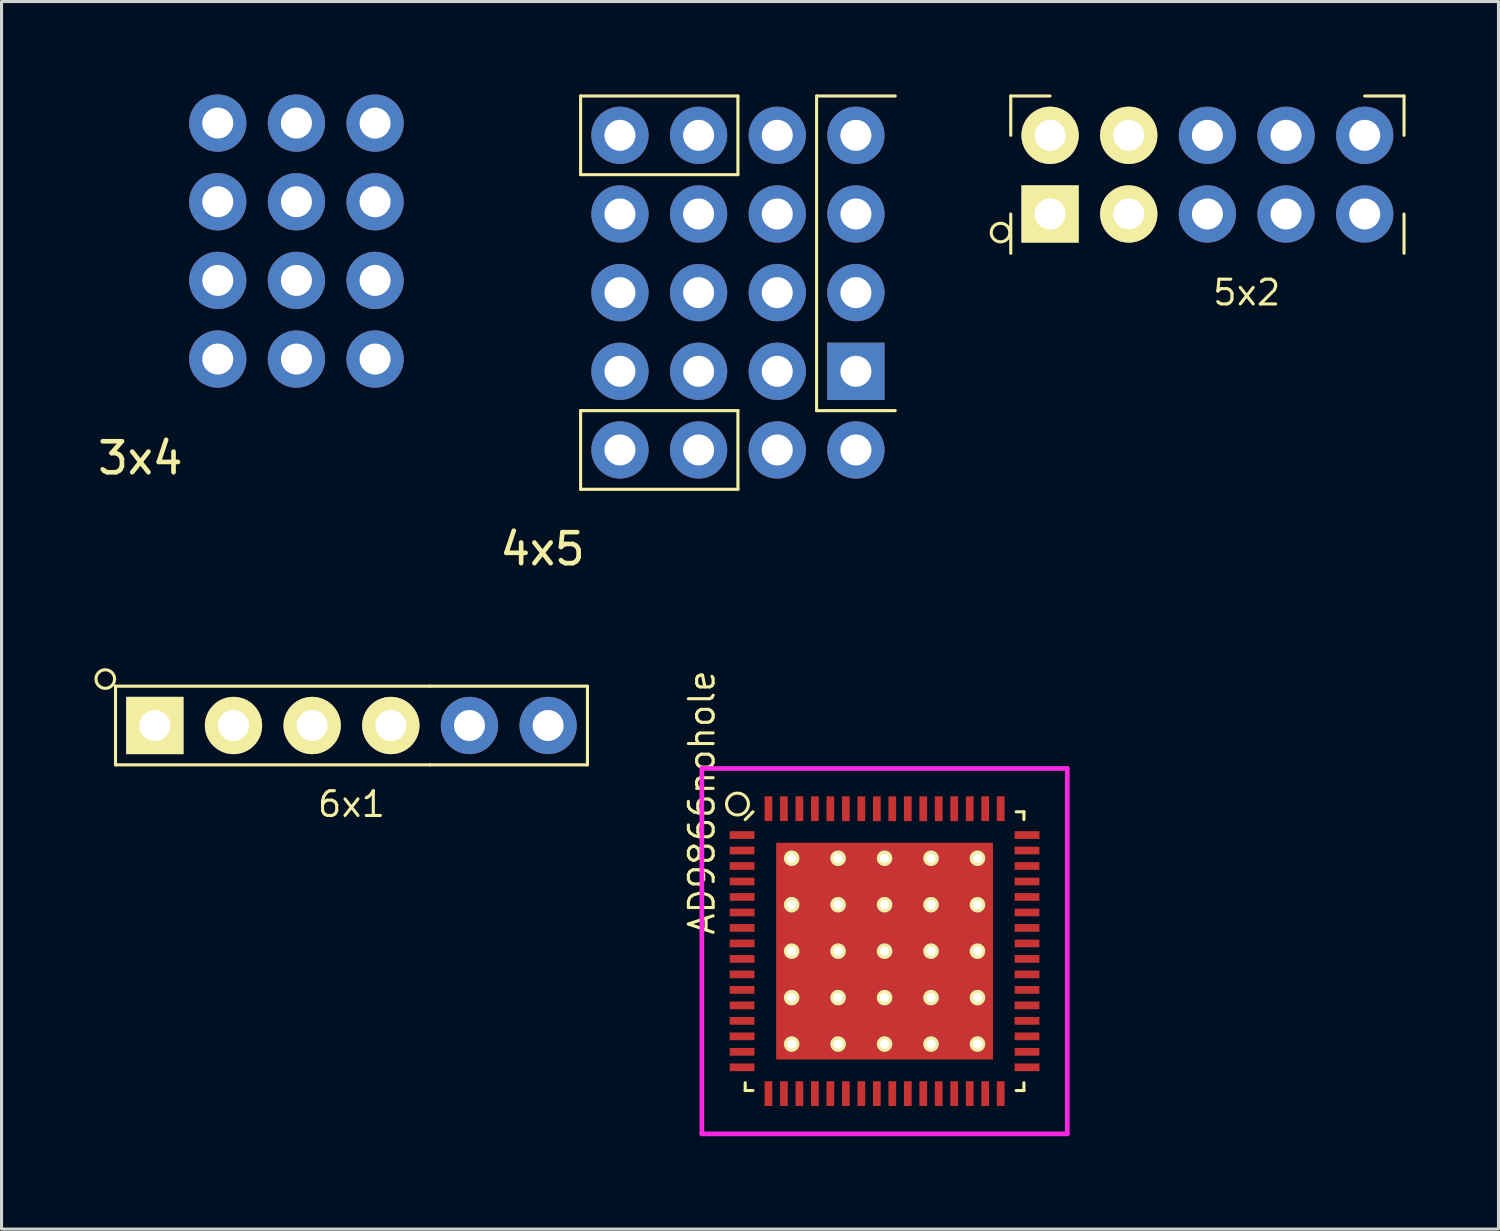
<source format=kicad_pcb>
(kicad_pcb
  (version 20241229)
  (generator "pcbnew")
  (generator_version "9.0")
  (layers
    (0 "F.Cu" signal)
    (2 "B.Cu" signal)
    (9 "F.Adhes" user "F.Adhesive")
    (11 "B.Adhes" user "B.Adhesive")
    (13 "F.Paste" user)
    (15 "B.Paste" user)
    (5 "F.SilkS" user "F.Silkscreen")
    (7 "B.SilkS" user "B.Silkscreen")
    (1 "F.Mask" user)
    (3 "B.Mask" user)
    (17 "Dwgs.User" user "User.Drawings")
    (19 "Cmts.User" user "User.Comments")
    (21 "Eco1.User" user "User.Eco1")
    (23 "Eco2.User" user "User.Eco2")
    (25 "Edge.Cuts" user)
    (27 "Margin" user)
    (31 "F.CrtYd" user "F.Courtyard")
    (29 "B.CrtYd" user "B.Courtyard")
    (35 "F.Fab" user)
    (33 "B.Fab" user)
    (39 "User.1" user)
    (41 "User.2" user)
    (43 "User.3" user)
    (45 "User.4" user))
  (footprint "AD9866nohole"
    (layer "F.Cu")
    (at 25.514 27.665)
    (property "Reference" "AD9866nohole" (at -5.9 -4.8 90) (layer "F.SilkS") (effects (font (size 0.8 0.8) (thickness 0.1))))
    (attr through_hole)
    (fp_line (start -4.5 -4.25) (end -4.25 -4.5) (stroke (width 0.1) (type solid)) (layer "F.SilkS"))
    (fp_line (start -4.5 4.5) (end -4.5 4.25) (stroke (width 0.1) (type solid)) (layer "F.SilkS"))
    (fp_line (start -4.25 4.5) (end -4.5 4.5) (stroke (width 0.1) (type solid)) (layer "F.SilkS"))
    (fp_line (start 4.25 -4.5) (end 4.5 -4.5) (stroke (width 0.1) (type solid)) (layer "F.SilkS"))
    (fp_line (start 4.25 4.5) (end 4.5 4.5) (stroke (width 0.1) (type solid)) (layer "F.SilkS"))
    (fp_line (start 4.5 -4.5) (end 4.5 -4.25) (stroke (width 0.1) (type solid)) (layer "F.SilkS"))
    (fp_line (start 4.5 4.5) (end 4.5 4.25) (stroke (width 0.1) (type solid)) (layer "F.SilkS"))
    (fp_circle (center -4.75 -4.75) (end -4.5 -4.5) (stroke (width 0.1) (type solid)) (fill no) (layer "F.SilkS"))
    (fp_line (start -5.9 -5.9) (end 5.9 -5.9) (stroke (width 0.15) (type solid)) (layer "F.CrtYd"))
    (fp_line (start -5.9 5.9) (end -5.9 -5.9) (stroke (width 0.15) (type solid)) (layer "F.CrtYd"))
    (fp_line (start 5.9 -5.9) (end 5.9 5.9) (stroke (width 0.15) (type solid)) (layer "F.CrtYd"))
    (fp_line (start 5.9 5.9) (end -5.9 5.9) (stroke (width 0.15) (type solid)) (layer "F.CrtYd"))
    (pad "1" smd rect (at -4.6 -3.75 90) (size 0.25 0.8) (layers "F.Cu" "F.Mask" "F.Paste"))
    (pad "2" smd rect (at -4.6 -3.25 90) (size 0.25 0.8) (layers "F.Cu" "F.Mask" "F.Paste"))
    (pad "3" smd rect (at -4.6 -2.75 90) (size 0.25 0.8) (layers "F.Cu" "F.Mask" "F.Paste"))
    (pad "4" smd rect (at -4.6 -2.25 90) (size 0.25 0.8) (layers "F.Cu" "F.Mask" "F.Paste"))
    (pad "5" smd rect (at -4.6 -1.75 90) (size 0.25 0.8) (layers "F.Cu" "F.Mask" "F.Paste"))
    (pad "6" smd rect (at -4.6 -1.25 90) (size 0.25 0.8) (layers "F.Cu" "F.Mask" "F.Paste"))
    (pad "7" smd rect (at -4.6 -0.75 90) (size 0.25 0.8) (layers "F.Cu" "F.Mask" "F.Paste"))
    (pad "8" smd rect (at -4.6 -0.25 90) (size 0.25 0.8) (layers "F.Cu" "F.Mask" "F.Paste"))
    (pad "9" smd rect (at -4.6 0.25 90) (size 0.25 0.8) (layers "F.Cu" "F.Mask" "F.Paste"))
    (pad "10" smd rect (at -4.6 0.75 90) (size 0.25 0.8) (layers "F.Cu" "F.Mask" "F.Paste"))
    (pad "11" smd rect (at -4.6 1.25 90) (size 0.25 0.8) (layers "F.Cu" "F.Mask" "F.Paste"))
    (pad "12" smd rect (at -4.6 1.75 90) (size 0.25 0.8) (layers "F.Cu" "F.Mask" "F.Paste"))
    (pad "13" smd rect (at -4.6 2.25 90) (size 0.25 0.8) (layers "F.Cu" "F.Mask" "F.Paste"))
    (pad "14" smd rect (at -4.6 2.75 90) (size 0.25 0.8) (layers "F.Cu" "F.Mask" "F.Paste"))
    (pad "15" smd rect (at -4.6 3.25 90) (size 0.25 0.8) (layers "F.Cu" "F.Mask" "F.Paste"))
    (pad "16" smd rect (at -4.6 3.75 90) (size 0.25 0.8) (layers "F.Cu" "F.Mask" "F.Paste"))
    (pad "17" smd rect (at -3.75 4.6) (size 0.25 0.8) (layers "F.Cu" "F.Mask" "F.Paste"))
    (pad "18" smd rect (at -3.25 4.6) (size 0.25 0.8) (layers "F.Cu" "F.Mask" "F.Paste"))
    (pad "19" smd rect (at -2.75 4.6) (size 0.25 0.8) (layers "F.Cu" "F.Mask" "F.Paste"))
    (pad "20" smd rect (at -2.25 4.6) (size 0.25 0.8) (layers "F.Cu" "F.Mask" "F.Paste"))
    (pad "21" smd rect (at -1.75 4.6) (size 0.25 0.8) (layers "F.Cu" "F.Mask" "F.Paste"))
    (pad "22" smd rect (at -1.25 4.6) (size 0.25 0.8) (layers "F.Cu" "F.Mask" "F.Paste"))
    (pad "23" smd rect (at -0.75 4.6) (size 0.25 0.8) (layers "F.Cu" "F.Mask" "F.Paste"))
    (pad "24" smd rect (at -0.25 4.6) (size 0.25 0.8) (layers "F.Cu" "F.Mask" "F.Paste"))
    (pad "25" smd rect (at 0.25 4.6) (size 0.25 0.8) (layers "F.Cu" "F.Mask" "F.Paste"))
    (pad "26" smd rect (at 0.75 4.6) (size 0.25 0.8) (layers "F.Cu" "F.Mask" "F.Paste"))
    (pad "27" smd rect (at 1.25 4.6) (size 0.25 0.8) (layers "F.Cu" "F.Mask" "F.Paste"))
    (pad "28" smd rect (at 1.75 4.6) (size 0.25 0.8) (layers "F.Cu" "F.Mask" "F.Paste"))
    (pad "29" smd rect (at 2.25 4.6) (size 0.25 0.8) (layers "F.Cu" "F.Mask" "F.Paste"))
    (pad "30" smd rect (at 2.75 4.6) (size 0.25 0.8) (layers "F.Cu" "F.Mask" "F.Paste"))
    (pad "31" smd rect (at 3.25 4.6) (size 0.25 0.8) (layers "F.Cu" "F.Mask" "F.Paste"))
    (pad "32" smd rect (at 3.75 4.6) (size 0.25 0.8) (layers "F.Cu" "F.Mask" "F.Paste"))
    (pad "33" smd rect (at 4.6 3.75 90) (size 0.25 0.8) (layers "F.Cu" "F.Mask" "F.Paste"))
    (pad "34" smd rect (at 4.6 3.25 90) (size 0.25 0.8) (layers "F.Cu" "F.Mask" "F.Paste"))
    (pad "35" smd rect (at 4.6 2.75 90) (size 0.25 0.8) (layers "F.Cu" "F.Mask" "F.Paste"))
    (pad "36" smd rect (at 4.6 2.25 90) (size 0.25 0.8) (layers "F.Cu" "F.Mask" "F.Paste"))
    (pad "37" smd rect (at 4.6 1.75 90) (size 0.25 0.8) (layers "F.Cu" "F.Mask" "F.Paste"))
    (pad "38" smd rect (at 4.6 1.25 90) (size 0.25 0.8) (layers "F.Cu" "F.Mask" "F.Paste"))
    (pad "39" smd rect (at 4.6 0.75 90) (size 0.25 0.8) (layers "F.Cu" "F.Mask" "F.Paste"))
    (pad "40" smd rect (at 4.6 0.25 90) (size 0.25 0.8) (layers "F.Cu" "F.Mask" "F.Paste"))
    (pad "41" smd rect (at 4.6 -0.25 90) (size 0.25 0.8) (layers "F.Cu" "F.Mask" "F.Paste"))
    (pad "42" smd rect (at 4.6 -0.75 90) (size 0.25 0.8) (layers "F.Cu" "F.Mask" "F.Paste"))
    (pad "43" smd rect (at 4.6 -1.25 90) (size 0.25 0.8) (layers "F.Cu" "F.Mask" "F.Paste"))
    (pad "44" smd rect (at 4.6 -1.75 90) (size 0.25 0.8) (layers "F.Cu" "F.Mask" "F.Paste"))
    (pad "45" smd rect (at 4.6 -2.25 90) (size 0.25 0.8) (layers "F.Cu" "F.Mask" "F.Paste"))
    (pad "46" smd rect (at 4.6 -2.75 90) (size 0.25 0.8) (layers "F.Cu" "F.Mask" "F.Paste"))
    (pad "47" smd rect (at 4.6 -3.25 90) (size 0.25 0.8) (layers "F.Cu" "F.Mask" "F.Paste"))
    (pad "48" smd rect (at 4.6 -3.75 90) (size 0.25 0.8) (layers "F.Cu" "F.Mask" "F.Paste"))
    (pad "49" smd rect (at 3.75 -4.6) (size 0.25 0.8) (layers "F.Cu" "F.Mask" "F.Paste"))
    (pad "50" smd rect (at 3.25 -4.6) (size 0.25 0.8) (layers "F.Cu" "F.Mask" "F.Paste"))
    (pad "51" smd rect (at 2.75 -4.6) (size 0.25 0.8) (layers "F.Cu" "F.Mask" "F.Paste"))
    (pad "52" smd rect (at 2.25 -4.6) (size 0.25 0.8) (layers "F.Cu" "F.Mask" "F.Paste"))
    (pad "53" smd rect (at 1.75 -4.6) (size 0.25 0.8) (layers "F.Cu" "F.Mask" "F.Paste"))
    (pad "54" smd rect (at 1.25 -4.6) (size 0.25 0.8) (layers "F.Cu" "F.Mask" "F.Paste"))
    (pad "55" smd rect (at 0.75 -4.6) (size 0.25 0.8) (layers "F.Cu" "F.Mask" "F.Paste"))
    (pad "56" smd rect (at 0.25 -4.6) (size 0.25 0.8) (layers "F.Cu" "F.Mask" "F.Paste"))
    (pad "57" smd rect (at -0.25 -4.6) (size 0.25 0.8) (layers "F.Cu" "F.Mask" "F.Paste"))
    (pad "58" smd rect (at -0.75 -4.6) (size 0.25 0.8) (layers "F.Cu" "F.Mask" "F.Paste"))
    (pad "59" smd rect (at -1.25 -4.6) (size 0.25 0.8) (layers "F.Cu" "F.Mask" "F.Paste"))
    (pad "60" smd rect (at -1.75 -4.6) (size 0.25 0.8) (layers "F.Cu" "F.Mask" "F.Paste"))
    (pad "61" smd rect (at -2.25 -4.6) (size 0.25 0.8) (layers "F.Cu" "F.Mask" "F.Paste"))
    (pad "62" smd rect (at -2.75 -4.6) (size 0.25 0.8) (layers "F.Cu" "F.Mask" "F.Paste"))
    (pad "63" smd rect (at -3.25 -4.6) (size 0.25 0.8) (layers "F.Cu" "F.Mask" "F.Paste"))
    (pad "64" smd rect (at -3.75 -4.6) (size 0.25 0.8) (layers "F.Cu" "F.Mask" "F.Paste"))
    (pad "65" thru_hole circle (at -3 -3) (size 0.5 0.5) (drill 0.3) (layers "*.Cu" "*.Mask" "F.SilkS"))
    (pad "65" thru_hole circle (at -3 -1.5) (size 0.5 0.5) (drill 0.3) (layers "*.Cu" "*.Mask" "F.SilkS"))
    (pad "65" thru_hole circle (at -3 0) (size 0.5 0.5) (drill 0.3) (layers "*.Cu" "*.Mask" "F.SilkS"))
    (pad "65" thru_hole circle (at -3 1.5) (size 0.5 0.5) (drill 0.3) (layers "*.Cu" "*.Mask" "F.SilkS"))
    (pad "65" thru_hole circle (at -3 3) (size 0.5 0.5) (drill 0.3) (layers "*.Cu" "*.Mask" "F.SilkS"))
    (pad "65" smd rect (at -1.75 -1.75) (size 2.5 2.5) (layers "F.Cu" "F.Mask" "F.Paste"))
    (pad "65" smd rect (at -1.75 1.75) (size 2.5 2.5) (layers "F.Cu" "F.Mask" "F.Paste"))
    (pad "65" thru_hole circle (at -1.5 -3) (size 0.5 0.5) (drill 0.3) (layers "*.Cu" "*.Mask" "F.SilkS"))
    (pad "65" thru_hole circle (at -1.5 -1.5) (size 0.5 0.5) (drill 0.3) (layers "*.Cu" "*.Mask" "F.SilkS"))
    (pad "65" thru_hole circle (at -1.5 0) (size 0.5 0.5) (drill 0.3) (layers "*.Cu" "*.Mask" "F.SilkS"))
    (pad "65" thru_hole circle (at -1.5 1.5) (size 0.5 0.5) (drill 0.3) (layers "*.Cu" "*.Mask" "F.SilkS"))
    (pad "65" thru_hole circle (at -1.5 3) (size 0.5 0.5) (drill 0.3) (layers "*.Cu" "*.Mask" "F.SilkS"))
    (pad "65" thru_hole circle (at 0 -3) (size 0.5 0.5) (drill 0.3) (layers "*.Cu" "*.Mask" "F.SilkS"))
    (pad "65" thru_hole circle (at 0 -1.5) (size 0.5 0.5) (drill 0.3) (layers "*.Cu" "*.Mask" "F.SilkS"))
    (pad "65" thru_hole circle (at 0 0) (size 0.5 0.5) (drill 0.3) (layers "*.Cu" "*.Mask" "F.SilkS"))
    (pad "65" smd rect (at 0 0) (size 7 7) (layers "F.Cu" "F.Mask"))
    (pad "65" thru_hole circle (at 0 1.5) (size 0.5 0.5) (drill 0.3) (layers "*.Cu" "*.Mask" "F.SilkS"))
    (pad "65" thru_hole circle (at 0 3) (size 0.5 0.5) (drill 0.3) (layers "*.Cu" "*.Mask" "F.SilkS"))
    (pad "65" thru_hole circle (at 1.5 -3) (size 0.5 0.5) (drill 0.3) (layers "*.Cu" "*.Mask" "F.SilkS"))
    (pad "65" thru_hole circle (at 1.5 -1.5) (size 0.5 0.5) (drill 0.3) (layers "*.Cu" "*.Mask" "F.SilkS"))
    (pad "65" thru_hole circle (at 1.5 0) (size 0.5 0.5) (drill 0.3) (layers "*.Cu" "*.Mask" "F.SilkS"))
    (pad "65" thru_hole circle (at 1.5 1.5) (size 0.5 0.5) (drill 0.3) (layers "*.Cu" "*.Mask" "F.SilkS"))
    (pad "65" thru_hole circle (at 1.5 3) (size 0.5 0.5) (drill 0.3) (layers "*.Cu" "*.Mask" "F.SilkS"))
    (pad "65" smd rect (at 1.75 -1.75) (size 2.5 2.5) (layers "F.Cu" "F.Mask" "F.Paste"))
    (pad "65" smd rect (at 1.75 1.75) (size 2.5 2.5) (layers "F.Cu" "F.Mask" "F.Paste"))
    (pad "65" thru_hole circle (at 3 -3) (size 0.5 0.5) (drill 0.3) (layers "*.Cu" "*.Mask" "F.SilkS"))
    (pad "65" thru_hole circle (at 3 -1.5) (size 0.5 0.5) (drill 0.3) (layers "*.Cu" "*.Mask" "F.SilkS"))
    (pad "65" thru_hole circle (at 3 0) (size 0.5 0.5) (drill 0.3) (layers "*.Cu" "*.Mask" "F.SilkS"))
    (pad "65" thru_hole circle (at 3 1.5) (size 0.5 0.5) (drill 0.3) (layers "*.Cu" "*.Mask" "F.SilkS"))
    (pad "65" thru_hole circle (at 3 3) (size 0.5 0.5) (drill 0.3) (layers "*.Cu" "*.Mask" "F.SilkS")))
  (footprint "3x4"
    (layer "F.Cu")
    (at 3.982 8.545)
    (property "Reference" "3x4" (at -2.5 3.2 0) (layer "F.SilkS") (effects (font (size 1 1) (thickness 0.15))))
    (attr through_hole)
    (pad "1" thru_hole circle (at 0 0) (size 1.85 1.85) (drill 1) (layers "*.Cu" "*.Mask"))
    (pad "2" thru_hole circle (at 2.54 0) (size 1.85 1.85) (drill 1) (layers "*.Cu" "*.Mask"))
    (pad "3" thru_hole circle (at 5.08 0) (size 1.85 1.85) (drill 1) (layers "*.Cu" "*.Mask"))
    (pad "4" thru_hole circle (at 0 -2.54) (size 1.85 1.85) (drill 1) (layers "*.Cu" "*.Mask"))
    (pad "5" thru_hole circle (at 2.54 -2.54) (size 1.85 1.85) (drill 1) (layers "*.Cu" "*.Mask"))
    (pad "6" thru_hole circle (at 5.08 -2.54) (size 1.85 1.85) (drill 1) (layers "*.Cu" "*.Mask"))
    (pad "7" thru_hole circle (at 0 -5.08) (size 1.85 1.85) (drill 1) (layers "*.Cu" "*.Mask"))
    (pad "8" thru_hole circle (at 2.54 -5.08) (size 1.85 1.85) (drill 1) (layers "*.Cu" "*.Mask"))
    (pad "9" thru_hole circle (at 5.08 -5.08) (size 1.85 1.85) (drill 1) (layers "*.Cu" "*.Mask"))
    (pad "10" thru_hole circle (at 0 -7.62) (size 1.85 1.85) (drill 1) (layers "*.Cu" "*.Mask"))
    (pad "11" thru_hole circle (at 2.54 -7.62) (size 1.85 1.85) (drill 1) (layers "*.Cu" "*.Mask"))
    (pad "12" thru_hole circle (at 5.08 -7.62) (size 1.85 1.85) (drill 1) (layers "*.Cu" "*.Mask")))
  (footprint "5x2"
    (layer "F.Cu")
    (at 30.859 3.86)
    (property "Reference" "5x2" (at 6.35 2.54 0) (layer "F.SilkS") (effects (font (size 0.8 0.8) (thickness 0.1))))
    (attr through_hole)
    (fp_line (start -1.27 -3.81) (end -1.27 -2.54) (stroke (width 0.1) (type solid)) (layer "F.SilkS"))
    (fp_line (start -1.27 0) (end -1.27 1.27) (stroke (width 0.1) (type solid)) (layer "F.SilkS"))
    (fp_line (start 0 -3.81) (end -1.27 -3.81) (stroke (width 0.1) (type solid)) (layer "F.SilkS"))
    (fp_line (start 10.16 -3.81) (end 11.43 -3.81) (stroke (width 0.1) (type solid)) (layer "F.SilkS"))
    (fp_line (start 11.43 -3.81) (end 11.43 -2.54) (stroke (width 0.1) (type solid)) (layer "F.SilkS"))
    (fp_line (start 11.43 0) (end 11.43 1.27) (stroke (width 0.1) (type solid)) (layer "F.SilkS"))
    (fp_circle (center -1.6 0.6) (end -1.6 0.3) (stroke (width 0.1) (type solid)) (fill no) (layer "F.SilkS"))
    (pad "1" thru_hole rect (at 0 0) (size 1.85 1.85) (drill 1) (layers "*.Cu" "*.Mask" "F.SilkS"))
    (pad "2" thru_hole circle (at 0 -2.54) (size 1.85 1.85) (drill 1) (layers "*.Cu" "*.Mask" "F.SilkS"))
    (pad "3" thru_hole circle (at 2.54 0) (size 1.85 1.85) (drill 1) (layers "*.Cu" "*.Mask" "F.SilkS"))
    (pad "4" thru_hole circle (at 2.54 -2.54) (size 1.85 1.85) (drill 1) (layers "*.Cu" "*.Mask" "F.SilkS"))
    (pad "5" thru_hole circle (at 5.08 0) (size 1.85 1.85) (drill 1) (layers "*.Cu" "*.Mask"))
    (pad "6" thru_hole circle (at 5.08 -2.54) (size 1.85 1.85) (drill 1) (layers "*.Cu" "*.Mask"))
    (pad "7" thru_hole circle (at 7.62 0) (size 1.85 1.85) (drill 1) (layers "*.Cu" "*.Mask"))
    (pad "8" thru_hole circle (at 7.62 -2.54) (size 1.85 1.85) (drill 1) (layers "*.Cu" "*.Mask"))
    (pad "9" thru_hole circle (at 10.16 0) (size 1.85 1.85) (drill 1) (layers "*.Cu" "*.Mask"))
    (pad "10" thru_hole circle (at 10.16 -2.54) (size 1.85 1.85) (drill 1) (layers "*.Cu" "*.Mask")))
  (footprint "6x1"
    (layer "F.Cu")
    (at 1.95 20.378)
    (property "Reference" "6x1" (at 6.35 2.54 0) (layer "F.SilkS") (effects (font (size 0.8 0.8) (thickness 0.1))))
    (attr through_hole)
    (fp_line (start -1.27 -1.27) (end -1.27 1.27) (stroke (width 0.1) (type solid)) (layer "F.SilkS"))
    (fp_line (start -1.27 1.27) (end 8.89 1.27) (stroke (width 0.1) (type solid)) (layer "F.SilkS"))
    (fp_line (start 8.89 -1.27) (end -1.27 -1.27) (stroke (width 0.1) (type solid)) (layer "F.SilkS"))
    (fp_line (start 8.89 -1.27) (end 13.97 -1.27) (stroke (width 0.1) (type solid)) (layer "F.SilkS"))
    (fp_line (start 8.89 1.27) (end 13.97 1.27) (stroke (width 0.1) (type solid)) (layer "F.SilkS"))
    (fp_line (start 13.97 1.27) (end 13.97 -1.27) (stroke (width 0.1) (type solid)) (layer "F.SilkS"))
    (fp_circle (center -1.6 -1.5) (end -1.6 -1.8) (stroke (width 0.1) (type solid)) (fill no) (layer "F.SilkS"))
    (pad "1" thru_hole rect (at 0 0) (size 1.85 1.85) (drill 1) (layers "*.Cu" "*.Mask" "F.SilkS"))
    (pad "2" thru_hole circle (at 2.54 0) (size 1.85 1.85) (drill 1) (layers "*.Cu" "*.Mask" "F.SilkS"))
    (pad "3" thru_hole circle (at 5.08 0) (size 1.85 1.85) (drill 1) (layers "*.Cu" "*.Mask" "F.SilkS"))
    (pad "4" thru_hole circle (at 7.62 0) (size 1.85 1.85) (drill 1) (layers "*.Cu" "*.Mask" "F.SilkS"))
    (pad "5" thru_hole circle (at 10.16 0) (size 1.85 1.85) (drill 1) (layers "*.Cu" "*.Mask"))
    (pad "6" thru_hole circle (at 12.7 0) (size 1.85 1.85) (drill 1) (layers "*.Cu" "*.Mask")))
  (footprint "4x5"
    (layer "F.Cu")
    (at 16.969 11.48)
    (property "Reference" "4x5" (at -2.5 3.2 0) (layer "F.SilkS") (effects (font (size 1 1) (thickness 0.15))))
    (attr through_hole)
    (fp_line (start -1.27 -11.43) (end 3.81 -11.43) (stroke (width 0.1) (type solid)) (layer "F.SilkS"))
    (fp_line (start -1.27 -8.89) (end -1.27 -11.43) (stroke (width 0.1) (type solid)) (layer "F.SilkS"))
    (fp_line (start -1.27 -1.27) (end 3.81 -1.27) (stroke (width 0.1) (type solid)) (layer "F.SilkS"))
    (fp_line (start -1.27 1.27) (end -1.27 -1.27) (stroke (width 0.1) (type solid)) (layer "F.SilkS"))
    (fp_line (start 3.81 -11.43) (end 3.81 -8.89) (stroke (width 0.1) (type solid)) (layer "F.SilkS"))
    (fp_line (start 3.81 -8.89) (end -1.27 -8.89) (stroke (width 0.1) (type solid)) (layer "F.SilkS"))
    (fp_line (start 3.81 -1.27) (end 3.81 1.27) (stroke (width 0.1) (type solid)) (layer "F.SilkS"))
    (fp_line (start 3.81 1.27) (end -1.27 1.27) (stroke (width 0.1) (type solid)) (layer "F.SilkS"))
    (fp_line (start 6.35 -11.43) (end 6.35 -1.27) (stroke (width 0.1) (type solid)) (layer "F.SilkS"))
    (fp_line (start 6.35 -1.27) (end 8.89 -1.27) (stroke (width 0.1) (type solid)) (layer "F.SilkS"))
    (fp_line (start 8.89 -11.43) (end 6.35 -11.43) (stroke (width 0.1) (type solid)) (layer "F.SilkS"))
    (pad "1" thru_hole rect (at 7.62 -2.54) (size 1.85 1.85) (drill 1) (layers "*.Cu" "*.Mask"))
    (pad "2" thru_hole circle (at 7.62 -5.08) (size 1.85 1.85) (drill 1) (layers "*.Cu" "*.Mask"))
    (pad "3" thru_hole circle (at 7.62 -7.62) (size 1.85 1.85) (drill 1) (layers "*.Cu" "*.Mask"))
    (pad "4" thru_hole circle (at 7.62 -10.16) (size 1.85 1.85) (drill 1) (layers "*.Cu" "*.Mask"))
    (pad "5" thru_hole circle (at 0 0) (size 1.85 1.85) (drill 1) (layers "*.Cu" "*.Mask"))
    (pad "5" thru_hole circle (at 2.54 0) (size 1.85 1.85) (drill 1) (layers "*.Cu" "*.Mask"))
    (pad "6" thru_hole circle (at 0 -10.16) (size 1.85 1.85) (drill 1) (layers "*.Cu" "*.Mask"))
    (pad "6" thru_hole circle (at 2.54 -10.16) (size 1.85 1.85) (drill 1) (layers "*.Cu" "*.Mask"))
    (pad "~" thru_hole circle (at 0 -7.62) (size 1.85 1.85) (drill 1) (layers "*.Cu" "*.Mask"))
    (pad "~" thru_hole circle (at 0 -5.08) (size 1.85 1.85) (drill 1) (layers "*.Cu" "*.Mask"))
    (pad "~" thru_hole circle (at 0 -2.54) (size 1.85 1.85) (drill 1) (layers "*.Cu" "*.Mask"))
    (pad "~" thru_hole circle (at 2.54 -7.62) (size 1.85 1.85) (drill 1) (layers "*.Cu" "*.Mask"))
    (pad "~" thru_hole circle (at 2.54 -5.08) (size 1.85 1.85) (drill 1) (layers "*.Cu" "*.Mask"))
    (pad "~" thru_hole circle (at 2.54 -2.54) (size 1.85 1.85) (drill 1) (layers "*.Cu" "*.Mask"))
    (pad "~" thru_hole circle (at 5.08 -10.16) (size 1.85 1.85) (drill 1) (layers "*.Cu" "*.Mask"))
    (pad "~" thru_hole circle (at 5.08 -7.62) (size 1.85 1.85) (drill 1) (layers "*.Cu" "*.Mask"))
    (pad "~" thru_hole circle (at 5.08 -5.08) (size 1.85 1.85) (drill 1) (layers "*.Cu" "*.Mask"))
    (pad "~" thru_hole circle (at 5.08 -2.54) (size 1.85 1.85) (drill 1) (layers "*.Cu" "*.Mask"))
    (pad "~" thru_hole circle (at 5.08 0) (size 1.85 1.85) (drill 1) (layers "*.Cu" "*.Mask"))
    (pad "~" thru_hole circle (at 7.62 0) (size 1.85 1.85) (drill 1) (layers "*.Cu" "*.Mask")))
  (gr_rect
    (start -3 -3)
    (end 45.339 36.64)
    (stroke (width 0.1) (type default))
    (fill no)
    (layer "Edge.Cuts")))
</source>
